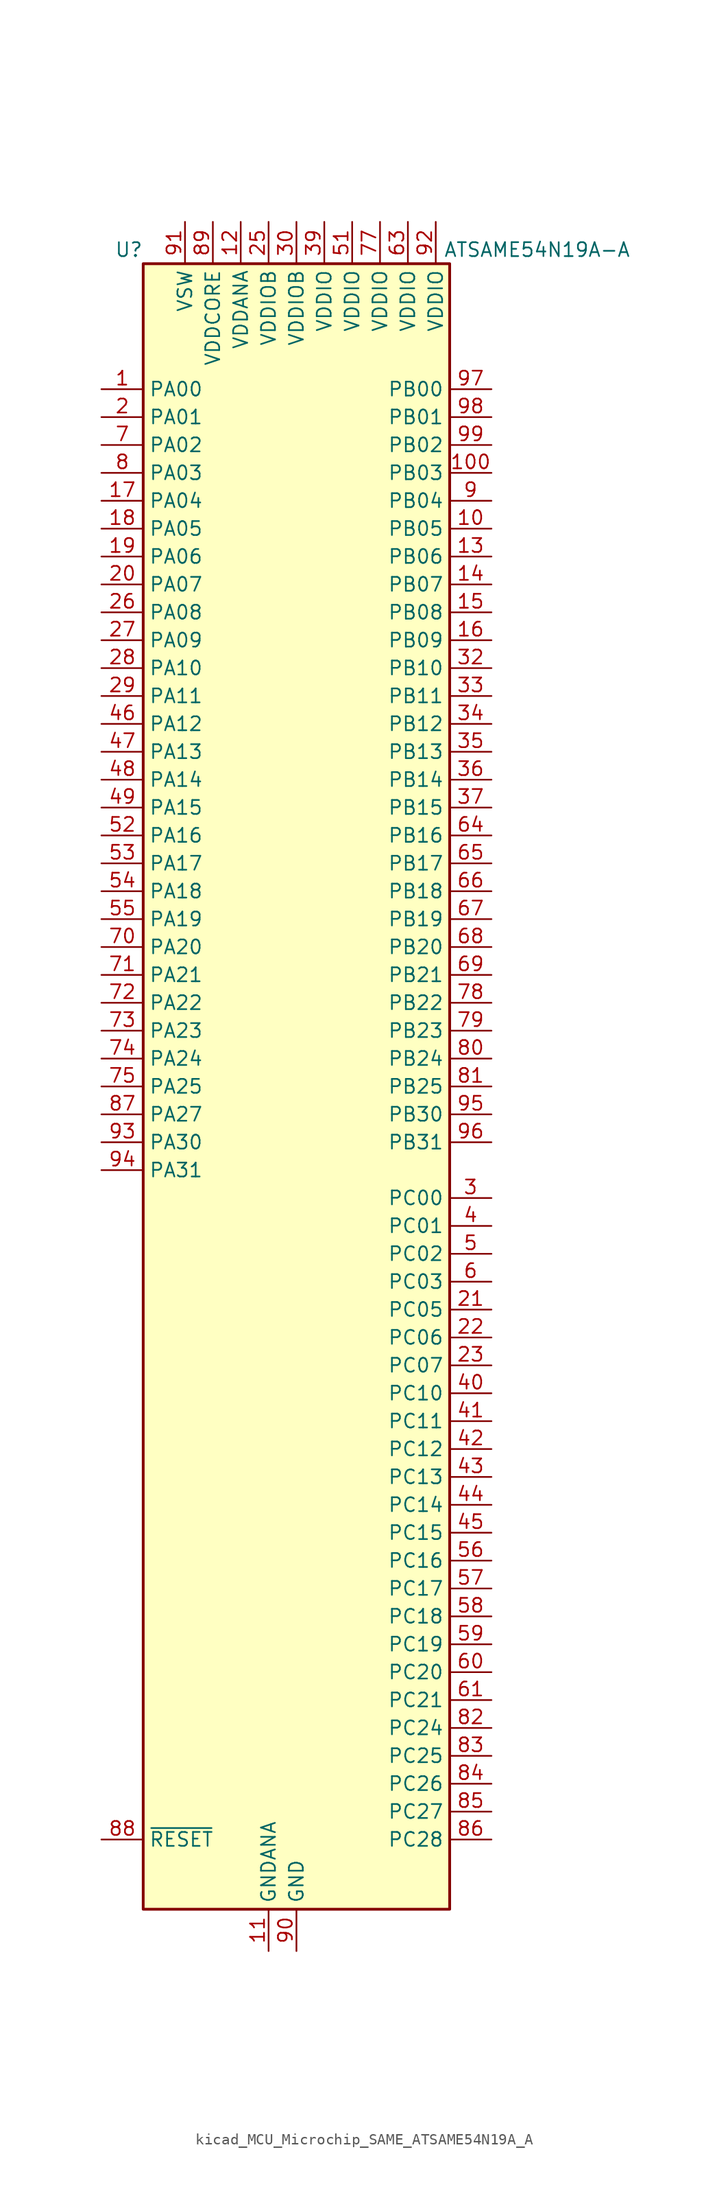
<source format=kicad_sym>
(kicad_symbol_lib
  (version 20220914)
  (generator kicad_symbol_editor)
  (symbol "kicad_MCU_Microchip_SAME_ATSAME54N19A_A"
    (property "Reference" "U"
      (at -13.97 76.2 0)
      (effects (font (size 1.27 1.27)) (justify right)))
    (property "Value" "ATSAME54N19A-A"
      (at 30.48 76.2 0)
      (effects (font (size 1.27 1.27)) (justify right)))
    (symbol "kicad_MCU_Microchip_SAME_ATSAME54N19A_A_1_1"
      (rectangle (start -13.97 74.93) (end 13.97 -74.93) (stroke (width 0.254) (type default)) (fill (type background)))
      (pin bidirectional line (at -17.78 63.5 0) (length 3.81) (name "PA00" (effects (font (size 1.27 1.27)))) (number "1" (effects (font (size 1.27 1.27)))))
      (pin bidirectional line (at 17.78 50.8 180) (length 3.81) (name "PB05" (effects (font (size 1.27 1.27)))) (number "10" (effects (font (size 1.27 1.27)))))
      (pin bidirectional line (at 17.78 55.88 180) (length 3.81) (name "PB03" (effects (font (size 1.27 1.27)))) (number "100" (effects (font (size 1.27 1.27)))))
      (pin power_in line (at -2.54 -78.74 90) (length 3.81) (name "GNDANA" (effects (font (size 1.27 1.27)))) (number "11" (effects (font (size 1.27 1.27)))))
      (pin power_in line (at -5.08 78.74 270) (length 3.81) (name "VDDANA" (effects (font (size 1.27 1.27)))) (number "12" (effects (font (size 1.27 1.27)))))
      (pin bidirectional line (at 17.78 48.26 180) (length 3.81) (name "PB06" (effects (font (size 1.27 1.27)))) (number "13" (effects (font (size 1.27 1.27)))))
      (pin bidirectional line (at 17.78 45.72 180) (length 3.81) (name "PB07" (effects (font (size 1.27 1.27)))) (number "14" (effects (font (size 1.27 1.27)))))
      (pin bidirectional line (at 17.78 43.18 180) (length 3.81) (name "PB08" (effects (font (size 1.27 1.27)))) (number "15" (effects (font (size 1.27 1.27)))))
      (pin bidirectional line (at 17.78 40.64 180) (length 3.81) (name "PB09" (effects (font (size 1.27 1.27)))) (number "16" (effects (font (size 1.27 1.27)))))
      (pin bidirectional line (at -17.78 53.34 0) (length 3.81) (name "PA04" (effects (font (size 1.27 1.27)))) (number "17" (effects (font (size 1.27 1.27)))))
      (pin bidirectional line (at -17.78 50.8 0) (length 3.81) (name "PA05" (effects (font (size 1.27 1.27)))) (number "18" (effects (font (size 1.27 1.27)))))
      (pin bidirectional line (at -17.78 48.26 0) (length 3.81) (name "PA06" (effects (font (size 1.27 1.27)))) (number "19" (effects (font (size 1.27 1.27)))))
      (pin bidirectional line (at -17.78 60.96 0) (length 3.81) (name "PA01" (effects (font (size 1.27 1.27)))) (number "2" (effects (font (size 1.27 1.27)))))
      (pin bidirectional line (at -17.78 45.72 0) (length 3.81) (name "PA07" (effects (font (size 1.27 1.27)))) (number "20" (effects (font (size 1.27 1.27)))))
      (pin bidirectional line (at 17.78 -20.32 180) (length 3.81) (name "PC05" (effects (font (size 1.27 1.27)))) (number "21" (effects (font (size 1.27 1.27)))))
      (pin bidirectional line (at 17.78 -22.86 180) (length 3.81) (name "PC06" (effects (font (size 1.27 1.27)))) (number "22" (effects (font (size 1.27 1.27)))))
      (pin bidirectional line (at 17.78 -25.4 180) (length 3.81) (name "PC07" (effects (font (size 1.27 1.27)))) (number "23" (effects (font (size 1.27 1.27)))))
      (pin passive line (at 0 -78.74 90) (length 3.81) hide (name "GND" (effects (font (size 1.27 1.27)))) (number "24" (effects (font (size 1.27 1.27)))))
      (pin power_in line (at -2.54 78.74 270) (length 3.81) (name "VDDIOB" (effects (font (size 1.27 1.27)))) (number "25" (effects (font (size 1.27 1.27)))))
      (pin bidirectional line (at -17.78 43.18 0) (length 3.81) (name "PA08" (effects (font (size 1.27 1.27)))) (number "26" (effects (font (size 1.27 1.27)))))
      (pin bidirectional line (at -17.78 40.64 0) (length 3.81) (name "PA09" (effects (font (size 1.27 1.27)))) (number "27" (effects (font (size 1.27 1.27)))))
      (pin bidirectional line (at -17.78 38.1 0) (length 3.81) (name "PA10" (effects (font (size 1.27 1.27)))) (number "28" (effects (font (size 1.27 1.27)))))
      (pin bidirectional line (at -17.78 35.56 0) (length 3.81) (name "PA11" (effects (font (size 1.27 1.27)))) (number "29" (effects (font (size 1.27 1.27)))))
      (pin bidirectional line (at 17.78 -10.16 180) (length 3.81) (name "PC00" (effects (font (size 1.27 1.27)))) (number "3" (effects (font (size 1.27 1.27)))))
      (pin power_in line (at 0 78.74 270) (length 3.81) (name "VDDIOB" (effects (font (size 1.27 1.27)))) (number "30" (effects (font (size 1.27 1.27)))))
      (pin passive line (at 0 -78.74 90) (length 3.81) hide (name "GND" (effects (font (size 1.27 1.27)))) (number "31" (effects (font (size 1.27 1.27)))))
      (pin bidirectional line (at 17.78 38.1 180) (length 3.81) (name "PB10" (effects (font (size 1.27 1.27)))) (number "32" (effects (font (size 1.27 1.27)))))
      (pin bidirectional line (at 17.78 35.56 180) (length 3.81) (name "PB11" (effects (font (size 1.27 1.27)))) (number "33" (effects (font (size 1.27 1.27)))))
      (pin bidirectional line (at 17.78 33.02 180) (length 3.81) (name "PB12" (effects (font (size 1.27 1.27)))) (number "34" (effects (font (size 1.27 1.27)))))
      (pin bidirectional line (at 17.78 30.48 180) (length 3.81) (name "PB13" (effects (font (size 1.27 1.27)))) (number "35" (effects (font (size 1.27 1.27)))))
      (pin bidirectional line (at 17.78 27.94 180) (length 3.81) (name "PB14" (effects (font (size 1.27 1.27)))) (number "36" (effects (font (size 1.27 1.27)))))
      (pin bidirectional line (at 17.78 25.4 180) (length 3.81) (name "PB15" (effects (font (size 1.27 1.27)))) (number "37" (effects (font (size 1.27 1.27)))))
      (pin passive line (at 0 -78.74 90) (length 3.81) hide (name "GND" (effects (font (size 1.27 1.27)))) (number "38" (effects (font (size 1.27 1.27)))))
      (pin power_in line (at 2.54 78.74 270) (length 3.81) (name "VDDIO" (effects (font (size 1.27 1.27)))) (number "39" (effects (font (size 1.27 1.27)))))
      (pin bidirectional line (at 17.78 -12.7 180) (length 3.81) (name "PC01" (effects (font (size 1.27 1.27)))) (number "4" (effects (font (size 1.27 1.27)))))
      (pin bidirectional line (at 17.78 -27.94 180) (length 3.81) (name "PC10" (effects (font (size 1.27 1.27)))) (number "40" (effects (font (size 1.27 1.27)))))
      (pin bidirectional line (at 17.78 -30.48 180) (length 3.81) (name "PC11" (effects (font (size 1.27 1.27)))) (number "41" (effects (font (size 1.27 1.27)))))
      (pin bidirectional line (at 17.78 -33.02 180) (length 3.81) (name "PC12" (effects (font (size 1.27 1.27)))) (number "42" (effects (font (size 1.27 1.27)))))
      (pin bidirectional line (at 17.78 -35.56 180) (length 3.81) (name "PC13" (effects (font (size 1.27 1.27)))) (number "43" (effects (font (size 1.27 1.27)))))
      (pin bidirectional line (at 17.78 -38.1 180) (length 3.81) (name "PC14" (effects (font (size 1.27 1.27)))) (number "44" (effects (font (size 1.27 1.27)))))
      (pin bidirectional line (at 17.78 -40.64 180) (length 3.81) (name "PC15" (effects (font (size 1.27 1.27)))) (number "45" (effects (font (size 1.27 1.27)))))
      (pin bidirectional line (at -17.78 33.02 0) (length 3.81) (name "PA12" (effects (font (size 1.27 1.27)))) (number "46" (effects (font (size 1.27 1.27)))))
      (pin bidirectional line (at -17.78 30.48 0) (length 3.81) (name "PA13" (effects (font (size 1.27 1.27)))) (number "47" (effects (font (size 1.27 1.27)))))
      (pin bidirectional line (at -17.78 27.94 0) (length 3.81) (name "PA14" (effects (font (size 1.27 1.27)))) (number "48" (effects (font (size 1.27 1.27)))))
      (pin bidirectional line (at -17.78 25.4 0) (length 3.81) (name "PA15" (effects (font (size 1.27 1.27)))) (number "49" (effects (font (size 1.27 1.27)))))
      (pin bidirectional line (at 17.78 -15.24 180) (length 3.81) (name "PC02" (effects (font (size 1.27 1.27)))) (number "5" (effects (font (size 1.27 1.27)))))
      (pin passive line (at 0 -78.74 90) (length 3.81) hide (name "GND" (effects (font (size 1.27 1.27)))) (number "50" (effects (font (size 1.27 1.27)))))
      (pin power_in line (at 5.08 78.74 270) (length 3.81) (name "VDDIO" (effects (font (size 1.27 1.27)))) (number "51" (effects (font (size 1.27 1.27)))))
      (pin bidirectional line (at -17.78 22.86 0) (length 3.81) (name "PA16" (effects (font (size 1.27 1.27)))) (number "52" (effects (font (size 1.27 1.27)))))
      (pin bidirectional line (at -17.78 20.32 0) (length 3.81) (name "PA17" (effects (font (size 1.27 1.27)))) (number "53" (effects (font (size 1.27 1.27)))))
      (pin bidirectional line (at -17.78 17.78 0) (length 3.81) (name "PA18" (effects (font (size 1.27 1.27)))) (number "54" (effects (font (size 1.27 1.27)))))
      (pin bidirectional line (at -17.78 15.24 0) (length 3.81) (name "PA19" (effects (font (size 1.27 1.27)))) (number "55" (effects (font (size 1.27 1.27)))))
      (pin bidirectional line (at 17.78 -43.18 180) (length 3.81) (name "PC16" (effects (font (size 1.27 1.27)))) (number "56" (effects (font (size 1.27 1.27)))))
      (pin bidirectional line (at 17.78 -45.72 180) (length 3.81) (name "PC17" (effects (font (size 1.27 1.27)))) (number "57" (effects (font (size 1.27 1.27)))))
      (pin bidirectional line (at 17.78 -48.26 180) (length 3.81) (name "PC18" (effects (font (size 1.27 1.27)))) (number "58" (effects (font (size 1.27 1.27)))))
      (pin bidirectional line (at 17.78 -50.8 180) (length 3.81) (name "PC19" (effects (font (size 1.27 1.27)))) (number "59" (effects (font (size 1.27 1.27)))))
      (pin bidirectional line (at 17.78 -17.78 180) (length 3.81) (name "PC03" (effects (font (size 1.27 1.27)))) (number "6" (effects (font (size 1.27 1.27)))))
      (pin bidirectional line (at 17.78 -53.34 180) (length 3.81) (name "PC20" (effects (font (size 1.27 1.27)))) (number "60" (effects (font (size 1.27 1.27)))))
      (pin bidirectional line (at 17.78 -55.88 180) (length 3.81) (name "PC21" (effects (font (size 1.27 1.27)))) (number "61" (effects (font (size 1.27 1.27)))))
      (pin passive line (at 0 -78.74 90) (length 3.81) hide (name "GND" (effects (font (size 1.27 1.27)))) (number "62" (effects (font (size 1.27 1.27)))))
      (pin power_in line (at 10.16 78.74 270) (length 3.81) (name "VDDIO" (effects (font (size 1.27 1.27)))) (number "63" (effects (font (size 1.27 1.27)))))
      (pin bidirectional line (at 17.78 22.86 180) (length 3.81) (name "PB16" (effects (font (size 1.27 1.27)))) (number "64" (effects (font (size 1.27 1.27)))))
      (pin bidirectional line (at 17.78 20.32 180) (length 3.81) (name "PB17" (effects (font (size 1.27 1.27)))) (number "65" (effects (font (size 1.27 1.27)))))
      (pin bidirectional line (at 17.78 17.78 180) (length 3.81) (name "PB18" (effects (font (size 1.27 1.27)))) (number "66" (effects (font (size 1.27 1.27)))))
      (pin bidirectional line (at 17.78 15.24 180) (length 3.81) (name "PB19" (effects (font (size 1.27 1.27)))) (number "67" (effects (font (size 1.27 1.27)))))
      (pin bidirectional line (at 17.78 12.7 180) (length 3.81) (name "PB20" (effects (font (size 1.27 1.27)))) (number "68" (effects (font (size 1.27 1.27)))))
      (pin bidirectional line (at 17.78 10.16 180) (length 3.81) (name "PB21" (effects (font (size 1.27 1.27)))) (number "69" (effects (font (size 1.27 1.27)))))
      (pin bidirectional line (at -17.78 58.42 0) (length 3.81) (name "PA02" (effects (font (size 1.27 1.27)))) (number "7" (effects (font (size 1.27 1.27)))))
      (pin bidirectional line (at -17.78 12.7 0) (length 3.81) (name "PA20" (effects (font (size 1.27 1.27)))) (number "70" (effects (font (size 1.27 1.27)))))
      (pin bidirectional line (at -17.78 10.16 0) (length 3.81) (name "PA21" (effects (font (size 1.27 1.27)))) (number "71" (effects (font (size 1.27 1.27)))))
      (pin bidirectional line (at -17.78 7.62 0) (length 3.81) (name "PA22" (effects (font (size 1.27 1.27)))) (number "72" (effects (font (size 1.27 1.27)))))
      (pin bidirectional line (at -17.78 5.08 0) (length 3.81) (name "PA23" (effects (font (size 1.27 1.27)))) (number "73" (effects (font (size 1.27 1.27)))))
      (pin bidirectional line (at -17.78 2.54 0) (length 3.81) (name "PA24" (effects (font (size 1.27 1.27)))) (number "74" (effects (font (size 1.27 1.27)))))
      (pin bidirectional line (at -17.78 0 0) (length 3.81) (name "PA25" (effects (font (size 1.27 1.27)))) (number "75" (effects (font (size 1.27 1.27)))))
      (pin passive line (at 0 -78.74 90) (length 3.81) hide (name "GND" (effects (font (size 1.27 1.27)))) (number "76" (effects (font (size 1.27 1.27)))))
      (pin power_in line (at 7.62 78.74 270) (length 3.81) (name "VDDIO" (effects (font (size 1.27 1.27)))) (number "77" (effects (font (size 1.27 1.27)))))
      (pin bidirectional line (at 17.78 7.62 180) (length 3.81) (name "PB22" (effects (font (size 1.27 1.27)))) (number "78" (effects (font (size 1.27 1.27)))))
      (pin bidirectional line (at 17.78 5.08 180) (length 3.81) (name "PB23" (effects (font (size 1.27 1.27)))) (number "79" (effects (font (size 1.27 1.27)))))
      (pin bidirectional line (at -17.78 55.88 0) (length 3.81) (name "PA03" (effects (font (size 1.27 1.27)))) (number "8" (effects (font (size 1.27 1.27)))))
      (pin bidirectional line (at 17.78 2.54 180) (length 3.81) (name "PB24" (effects (font (size 1.27 1.27)))) (number "80" (effects (font (size 1.27 1.27)))))
      (pin bidirectional line (at 17.78 0 180) (length 3.81) (name "PB25" (effects (font (size 1.27 1.27)))) (number "81" (effects (font (size 1.27 1.27)))))
      (pin bidirectional line (at 17.78 -58.42 180) (length 3.81) (name "PC24" (effects (font (size 1.27 1.27)))) (number "82" (effects (font (size 1.27 1.27)))))
      (pin bidirectional line (at 17.78 -60.96 180) (length 3.81) (name "PC25" (effects (font (size 1.27 1.27)))) (number "83" (effects (font (size 1.27 1.27)))))
      (pin bidirectional line (at 17.78 -63.5 180) (length 3.81) (name "PC26" (effects (font (size 1.27 1.27)))) (number "84" (effects (font (size 1.27 1.27)))))
      (pin bidirectional line (at 17.78 -66.04 180) (length 3.81) (name "PC27" (effects (font (size 1.27 1.27)))) (number "85" (effects (font (size 1.27 1.27)))))
      (pin bidirectional line (at 17.78 -68.58 180) (length 3.81) (name "PC28" (effects (font (size 1.27 1.27)))) (number "86" (effects (font (size 1.27 1.27)))))
      (pin bidirectional line (at -17.78 -2.54 0) (length 3.81) (name "PA27" (effects (font (size 1.27 1.27)))) (number "87" (effects (font (size 1.27 1.27)))))
      (pin input line (at -17.78 -68.58 0) (length 3.81) (name "~{RESET}" (effects (font (size 1.27 1.27)))) (number "88" (effects (font (size 1.27 1.27)))))
      (pin power_out line (at -7.62 78.74 270) (length 3.81) (name "VDDCORE" (effects (font (size 1.27 1.27)))) (number "89" (effects (font (size 1.27 1.27)))))
      (pin bidirectional line (at 17.78 53.34 180) (length 3.81) (name "PB04" (effects (font (size 1.27 1.27)))) (number "9" (effects (font (size 1.27 1.27)))))
      (pin power_in line (at 0 -78.74 90) (length 3.81) (name "GND" (effects (font (size 1.27 1.27)))) (number "90" (effects (font (size 1.27 1.27)))))
      (pin power_in line (at -10.16 78.74 270) (length 3.81) (name "VSW" (effects (font (size 1.27 1.27)))) (number "91" (effects (font (size 1.27 1.27)))))
      (pin power_in line (at 12.7 78.74 270) (length 3.81) (name "VDDIO" (effects (font (size 1.27 1.27)))) (number "92" (effects (font (size 1.27 1.27)))))
      (pin bidirectional line (at -17.78 -5.08 0) (length 3.81) (name "PA30" (effects (font (size 1.27 1.27)))) (number "93" (effects (font (size 1.27 1.27)))))
      (pin bidirectional line (at -17.78 -7.62 0) (length 3.81) (name "PA31" (effects (font (size 1.27 1.27)))) (number "94" (effects (font (size 1.27 1.27)))))
      (pin bidirectional line (at 17.78 -2.54 180) (length 3.81) (name "PB30" (effects (font (size 1.27 1.27)))) (number "95" (effects (font (size 1.27 1.27)))))
      (pin bidirectional line (at 17.78 -5.08 180) (length 3.81) (name "PB31" (effects (font (size 1.27 1.27)))) (number "96" (effects (font (size 1.27 1.27)))))
      (pin bidirectional line (at 17.78 63.5 180) (length 3.81) (name "PB00" (effects (font (size 1.27 1.27)))) (number "97" (effects (font (size 1.27 1.27)))))
      (pin bidirectional line (at 17.78 60.96 180) (length 3.81) (name "PB01" (effects (font (size 1.27 1.27)))) (number "98" (effects (font (size 1.27 1.27)))))
      (pin bidirectional line (at 17.78 58.42 180) (length 3.81) (name "PB02" (effects (font (size 1.27 1.27)))) (number "99" (effects (font (size 1.27 1.27))))))))
</source>
